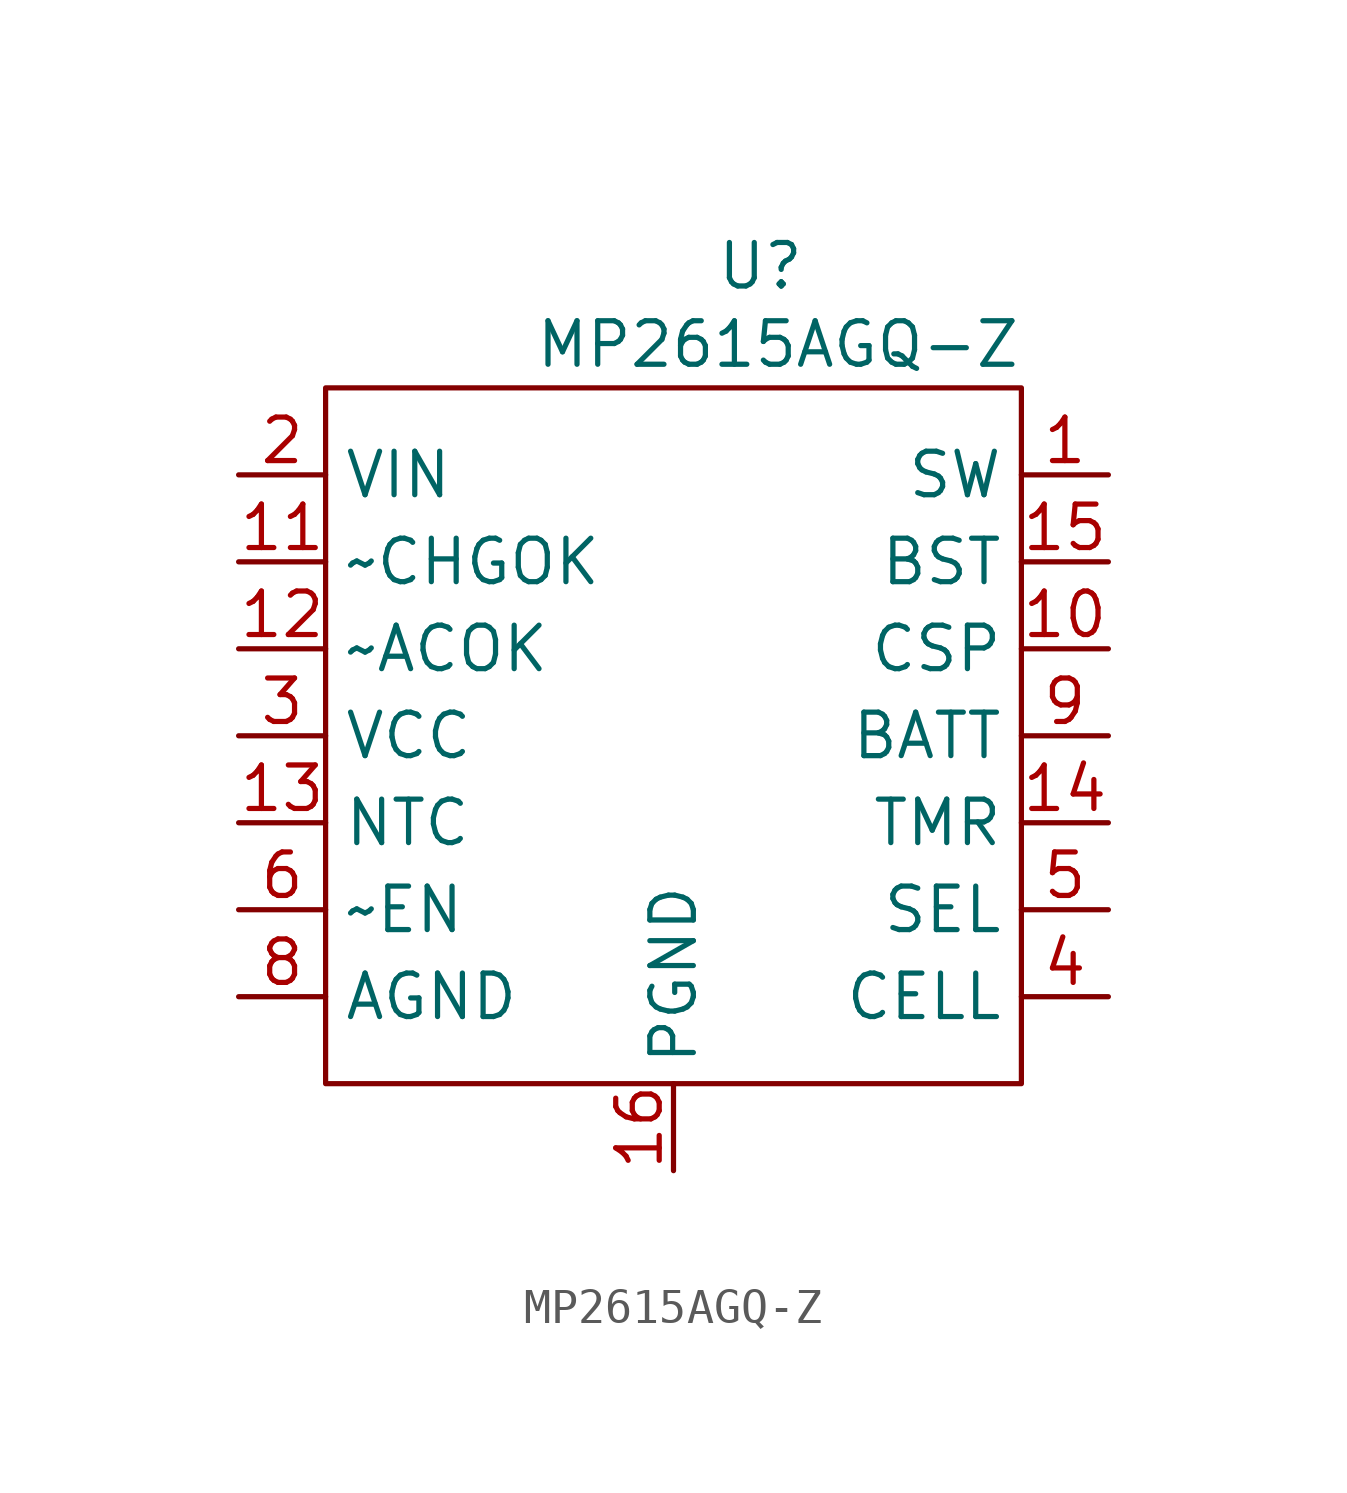
<source format=kicad_sym>
(kicad_symbol_lib
  (version 20231120)
  (generator "kicad_symbol_editor")
  (generator_version "8.0")
  (symbol "MP2615AGQ-Z"
    (property "Reference" "U"
      (at 2.54 13.716 0)
      (effects (font (size 1.27 1.27))))
    (property "Value" "MP2615AGQ-Z"
      (at 3.048 11.43 0)
      (effects (font (size 1.27 1.27))))
    (symbol "MP2615AGQ-Z_0_0"
      (pin power_out line (at 12.7 7.62 180) (length 2.54) (name "SW" (effects (font (size 1.27 1.27)))) (number "1" (effects (font (size 1.27 1.27)))))
      (pin passive line (at 12.7 2.54 180) (length 2.54) (name "CSP" (effects (font (size 1.27 1.27)))) (number "10" (effects (font (size 1.27 1.27)))))
      (pin open_collector line (at -12.7 2.54 0) (length 2.54) (name "~ACOK" (effects (font (size 1.27 1.27)))) (number "12" (effects (font (size 1.27 1.27)))))
      (pin passive line (at -12.7 -2.54 0) (length 2.54) (name "NTC" (effects (font (size 1.27 1.27)))) (number "13" (effects (font (size 1.27 1.27)))))
      (pin passive line (at 12.7 -2.54 180) (length 2.54) (name "TMR" (effects (font (size 1.27 1.27)))) (number "14" (effects (font (size 1.27 1.27)))))
      (pin passive line (at 12.7 5.08 180) (length 2.54) (name "BST" (effects (font (size 1.27 1.27)))) (number "15" (effects (font (size 1.27 1.27)))))
      (pin power_out line (at 0 -12.7 90) (length 2.54) (name "PGND" (effects (font (size 1.27 1.27)))) (number "16" (effects (font (size 1.27 1.27)))))
      (pin power_in line (at -12.7 7.62 0) (length 2.54) (name "VIN" (effects (font (size 1.27 1.27)))) (number "2" (effects (font (size 1.27 1.27)))))
      (pin passive line (at -12.7 0 0) (length 2.54) (name "VCC" (effects (font (size 1.27 1.27)))) (number "3" (effects (font (size 1.27 1.27)))))
      (pin input line (at 12.7 -7.62 180) (length 2.54) (name "CELL" (effects (font (size 1.27 1.27)))) (number "4" (effects (font (size 1.27 1.27)))))
      (pin input line (at 12.7 -5.08 180) (length 2.54) (name "SEL" (effects (font (size 1.27 1.27)))) (number "5" (effects (font (size 1.27 1.27)))))
      (pin passive line (at -12.7 -5.08 0) (length 2.54) (name "~EN" (effects (font (size 1.27 1.27)))) (number "6" (effects (font (size 1.27 1.27)))))
      (pin power_out line (at -12.7 -7.62 0) (length 2.54) (name "AGND" (effects (font (size 1.27 1.27)))) (number "8" (effects (font (size 1.27 1.27)))))
      (pin power_in line (at 12.7 0 180) (length 2.54) (name "BATT" (effects (font (size 1.27 1.27)))) (number "9" (effects (font (size 1.27 1.27))))))
    (symbol "MP2615AGQ-Z_0_1"
      (rectangle (start -10.16 10.16) (end 10.16 -10.16) (stroke (width 0) (type default)) (fill (type none))))
    (symbol "MP2615AGQ-Z_1_0"
      (pin open_collector line (at -12.7 5.08 0) (length 2.54) (name "~CHGOK" (effects (font (size 1.27 1.27)))) (number "11" (effects (font (size 1.27 1.27)))))
      (pin no_connect line (at 2.54 -12.7 90) (length 2.54) hide (name "NC" (effects (font (size 1.27 1.27)))) (number "7" (effects (font (size 1.27 1.27))))))))
</source>
